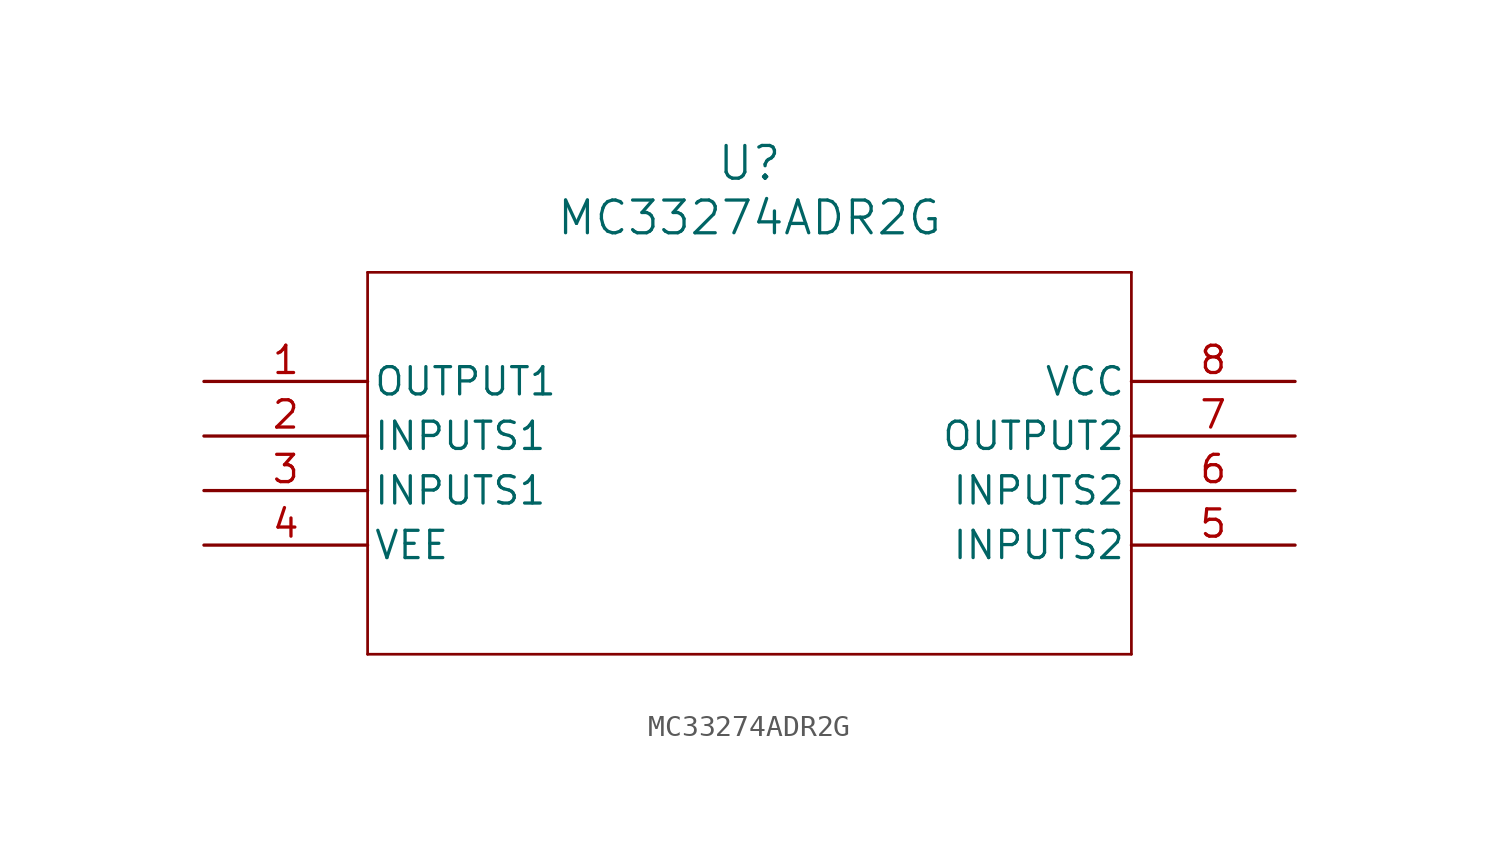
<source format=kicad_sym>
(kicad_symbol_lib
  (version 20211014)
  (generator kicad_symbol_editor)
  (symbol "MC33274ADR2G"
    (pin_names
      (offset 0.254))
    (property "Reference" "U"
      (at 25.4 10.16 0)
      (effects (font (size 1.524 1.524))))
    (property "Value" "MC33274ADR2G"
      (at 25.4 7.62 0)
      (effects (font (size 1.524 1.524))))
    (symbol "MC33274ADR2G_0_1"
      (polyline (pts (xy 7.62 5.08) (xy 7.62 -12.7)) (stroke (width 0.127) (type default) (color 0 0 0 0)) (fill (type none)))
      (polyline (pts (xy 7.62 -12.7) (xy 43.18 -12.7)) (stroke (width 0.127) (type default) (color 0 0 0 0)) (fill (type none)))
      (polyline (pts (xy 43.18 -12.7) (xy 43.18 5.08)) (stroke (width 0.127) (type default) (color 0 0 0 0)) (fill (type none)))
      (polyline (pts (xy 43.18 5.08) (xy 7.62 5.08)) (stroke (width 0.127) (type default) (color 0 0 0 0)) (fill (type none)))
      (pin output line (at 0 0 0) (length 7.62) (name "OUTPUT1" (effects (font (size 1.27 1.27)))) (number "1" (effects (font (size 1.27 1.27)))))
      (pin input line (at 0 -2.54 0) (length 7.62) (name "INPUTS1" (effects (font (size 1.27 1.27)))) (number "2" (effects (font (size 1.27 1.27)))))
      (pin input line (at 0 -5.08 0) (length 7.62) (name "INPUTS1" (effects (font (size 1.27 1.27)))) (number "3" (effects (font (size 1.27 1.27)))))
      (pin power_in line (at 0 -7.62 0) (length 7.62) (name "VEE" (effects (font (size 1.27 1.27)))) (number "4" (effects (font (size 1.27 1.27)))))
      (pin input line (at 50.8 -7.62 180) (length 7.62) (name "INPUTS2" (effects (font (size 1.27 1.27)))) (number "5" (effects (font (size 1.27 1.27)))))
      (pin input line (at 50.8 -5.08 180) (length 7.62) (name "INPUTS2" (effects (font (size 1.27 1.27)))) (number "6" (effects (font (size 1.27 1.27)))))
      (pin output line (at 50.8 -2.54 180) (length 7.62) (name "OUTPUT2" (effects (font (size 1.27 1.27)))) (number "7" (effects (font (size 1.27 1.27)))))
      (pin power_in line (at 50.8 0 180) (length 7.62) (name "VCC" (effects (font (size 1.27 1.27)))) (number "8" (effects (font (size 1.27 1.27))))))))
</source>
